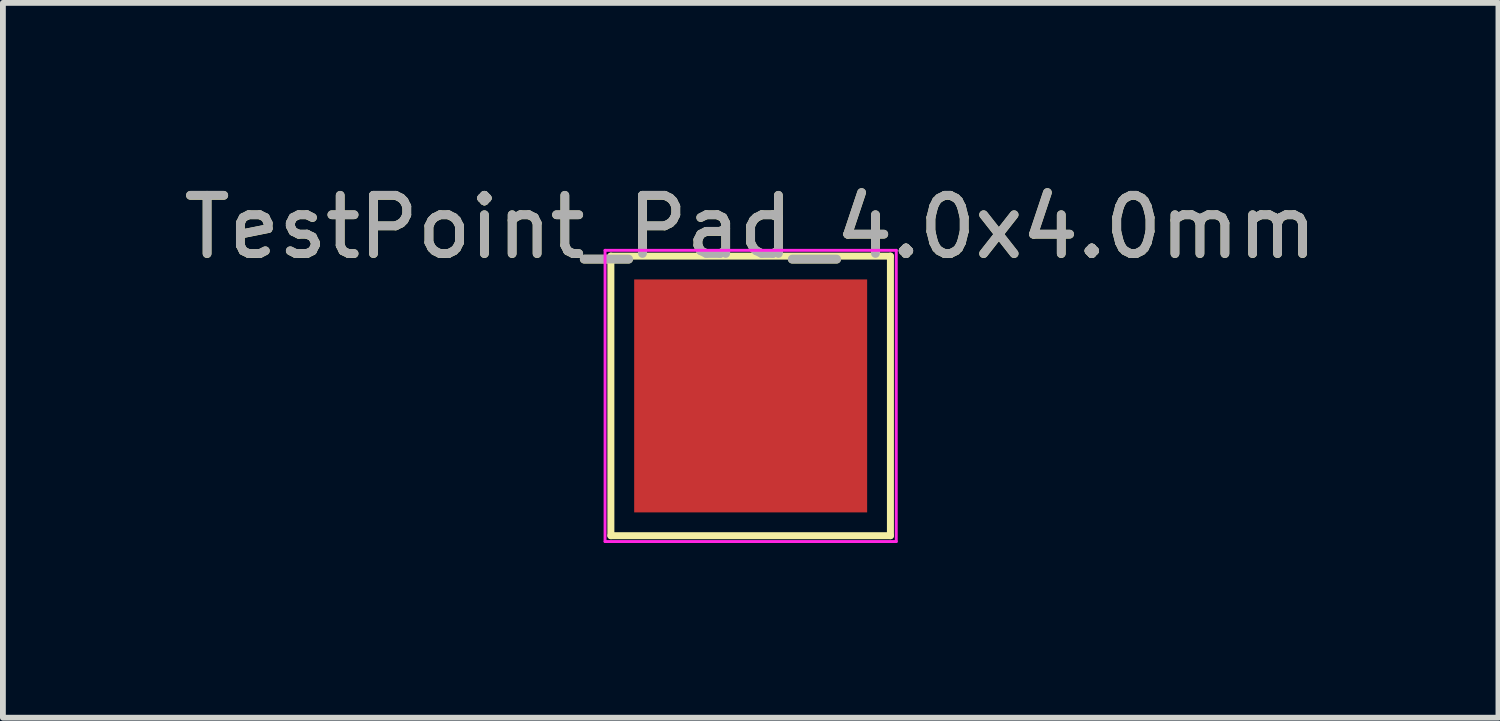
<source format=kicad_pcb>
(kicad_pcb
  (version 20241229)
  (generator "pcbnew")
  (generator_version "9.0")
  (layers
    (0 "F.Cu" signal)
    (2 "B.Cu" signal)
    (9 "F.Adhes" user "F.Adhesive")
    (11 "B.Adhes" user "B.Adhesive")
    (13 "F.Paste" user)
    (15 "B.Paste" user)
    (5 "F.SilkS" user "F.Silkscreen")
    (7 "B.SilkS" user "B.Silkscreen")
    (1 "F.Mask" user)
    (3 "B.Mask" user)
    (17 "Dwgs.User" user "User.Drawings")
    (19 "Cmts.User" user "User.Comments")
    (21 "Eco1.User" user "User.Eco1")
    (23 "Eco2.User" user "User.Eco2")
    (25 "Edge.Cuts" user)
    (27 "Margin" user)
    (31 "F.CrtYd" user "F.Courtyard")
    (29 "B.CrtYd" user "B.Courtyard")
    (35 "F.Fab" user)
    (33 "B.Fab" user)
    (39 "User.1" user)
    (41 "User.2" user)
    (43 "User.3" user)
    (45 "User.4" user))
  (footprint "TestPoint_Pad_4.0x4.0mm"
    (layer "F.Cu")
    (at 9.839 3.748)
    (property "Reference" "TestPoint_Pad_4.0x4.0mm" (at 0 -2.898 0) (layer "F.SilkS") (effects (font (size 1 1) (thickness 0.15))))
    (attr exclude_from_pos_files)
    (fp_line (start -2.4 -2.4) (end 2.4 -2.4) (stroke (width 0.12) (type solid)) (layer "F.SilkS"))
    (fp_line (start -2.4 2.4) (end -2.4 -2.4) (stroke (width 0.12) (type solid)) (layer "F.SilkS"))
    (fp_line (start 2.4 -2.4) (end 2.4 2.4) (stroke (width 0.12) (type solid)) (layer "F.SilkS"))
    (fp_line (start 2.4 2.4) (end -2.4 2.4) (stroke (width 0.12) (type solid)) (layer "F.SilkS"))
    (fp_line (start -2.5 -2.5) (end -2.5 2.5) (stroke (width 0.05) (type solid)) (layer "F.CrtYd"))
    (fp_line (start -2.5 -2.5) (end 2.5 -2.5) (stroke (width 0.05) (type solid)) (layer "F.CrtYd"))
    (fp_line (start 2.5 2.5) (end -2.5 2.5) (stroke (width 0.05) (type solid)) (layer "F.CrtYd"))
    (fp_line (start 2.5 2.5) (end 2.5 -2.5) (stroke (width 0.05) (type solid)) (layer "F.CrtYd"))
    (fp_text user "${REFERENCE}" (at 0 -2.9 0) (layer "F.Fab") (effects (font (size 1 1) (thickness 0.15))))
    (pad "1" smd rect (at 0 0) (size 4 4) (layers "F.Cu" "F.Mask")))
  (gr_rect
    (start -3 -3)
    (end 22.679 9.273)
    (stroke (width 0.1) (type default))
    (fill no)
    (layer "Edge.Cuts")))
</source>
